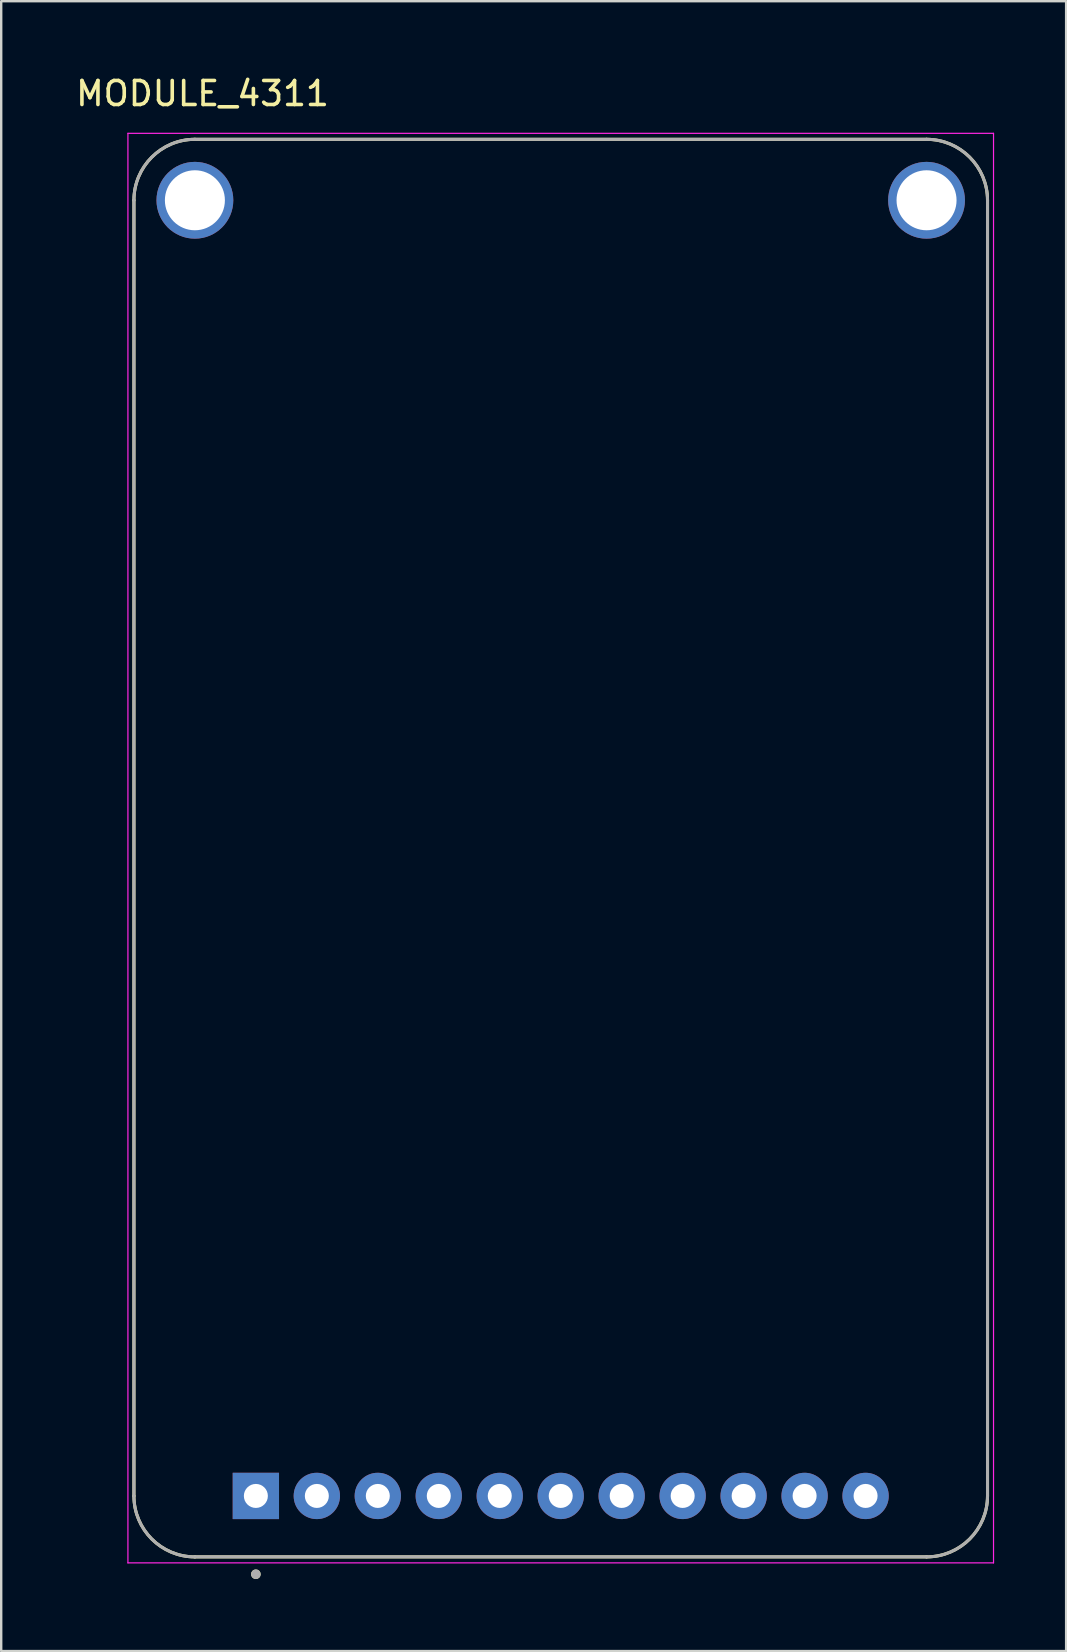
<source format=kicad_pcb>
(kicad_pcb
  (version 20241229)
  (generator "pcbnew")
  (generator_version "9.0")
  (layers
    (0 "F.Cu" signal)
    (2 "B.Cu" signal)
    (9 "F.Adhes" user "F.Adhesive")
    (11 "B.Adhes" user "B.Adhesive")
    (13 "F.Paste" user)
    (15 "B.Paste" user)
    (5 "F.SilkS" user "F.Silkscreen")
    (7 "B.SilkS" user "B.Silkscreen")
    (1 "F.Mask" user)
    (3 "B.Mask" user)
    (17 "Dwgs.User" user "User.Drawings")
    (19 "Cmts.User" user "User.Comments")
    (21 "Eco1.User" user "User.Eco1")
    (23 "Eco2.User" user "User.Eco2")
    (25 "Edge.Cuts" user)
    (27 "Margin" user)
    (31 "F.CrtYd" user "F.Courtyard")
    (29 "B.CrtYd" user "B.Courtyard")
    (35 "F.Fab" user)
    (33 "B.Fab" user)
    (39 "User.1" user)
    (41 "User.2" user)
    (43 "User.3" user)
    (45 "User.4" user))
  (footprint "MODULE_4311"
    (layer "F.Cu")
    (at 20.309 32.281)
    (property "Reference" "MODULE_4311" (at -14.922 -31.433 0) (layer "F.SilkS") (effects (font (size 1 1) (thickness 0.15))))
    (attr through_hole)
    (fp_line (start -17.78 -26.988) (end -17.78 26.988) (stroke (width 0.127) (type solid)) (layer "F.SilkS"))
    (fp_line (start -15.24 29.527) (end 15.24 29.527) (stroke (width 0.127) (type solid)) (layer "F.SilkS"))
    (fp_line (start 15.24 -29.527) (end -15.24 -29.527) (stroke (width 0.127) (type solid)) (layer "F.SilkS"))
    (fp_line (start 17.78 26.988) (end 17.78 -26.988) (stroke (width 0.127) (type solid)) (layer "F.SilkS"))
    (fp_arc (start -17.78 -26.9875) (mid -17.036051 -28.783551) (end -15.24 -29.5275) (stroke (width 0.127) (type solid)) (layer "F.SilkS"))
    (fp_arc (start -15.24 29.5275) (mid -17.036051 28.783551) (end -17.78 26.9875) (stroke (width 0.127) (type solid)) (layer "F.SilkS"))
    (fp_arc (start 15.24 -29.5275) (mid 17.036051 -28.783551) (end 17.78 -26.9875) (stroke (width 0.127) (type solid)) (layer "F.SilkS"))
    (fp_arc (start 17.78 26.9875) (mid 17.036051 28.783551) (end 15.24 29.5275) (stroke (width 0.127) (type solid)) (layer "F.SilkS"))
    (fp_circle (center -12.7 30.25) (end -12.6 30.25) (stroke (width 0.2) (type solid)) (fill no) (layer "F.SilkS"))
    (fp_line (start -18.03 -29.777) (end -18.03 29.777) (stroke (width 0.05) (type solid)) (layer "F.CrtYd"))
    (fp_line (start -18.03 29.777) (end 18.03 29.777) (stroke (width 0.05) (type solid)) (layer "F.CrtYd"))
    (fp_line (start 18.03 -29.777) (end -18.03 -29.777) (stroke (width 0.05) (type solid)) (layer "F.CrtYd"))
    (fp_line (start 18.03 29.777) (end 18.03 -29.777) (stroke (width 0.05) (type solid)) (layer "F.CrtYd"))
    (fp_line (start -17.78 -26.988) (end -17.78 26.988) (stroke (width 0.127) (type solid)) (layer "F.Fab"))
    (fp_line (start -15.24 29.527) (end 15.24 29.527) (stroke (width 0.127) (type solid)) (layer "F.Fab"))
    (fp_line (start 15.24 -29.527) (end -15.24 -29.527) (stroke (width 0.127) (type solid)) (layer "F.Fab"))
    (fp_line (start 17.78 26.988) (end 17.78 -26.988) (stroke (width 0.127) (type solid)) (layer "F.Fab"))
    (fp_arc (start -17.78 -26.9875) (mid -17.036051 -28.783551) (end -15.24 -29.5275) (stroke (width 0.127) (type solid)) (layer "F.Fab"))
    (fp_arc (start -15.24 29.5275) (mid -17.036051 28.783551) (end -17.78 26.9875) (stroke (width 0.127) (type solid)) (layer "F.Fab"))
    (fp_arc (start 15.24 -29.5275) (mid 17.036051 -28.783551) (end 17.78 -26.9875) (stroke (width 0.127) (type solid)) (layer "F.Fab"))
    (fp_arc (start 17.78 26.9875) (mid 17.036051 28.783551) (end 15.24 29.5275) (stroke (width 0.127) (type solid)) (layer "F.Fab"))
    (fp_circle (center -12.7 30.25) (end -12.6 30.25) (stroke (width 0.2) (type solid)) (fill no) (layer "F.Fab"))
    (pad "1" thru_hole rect (at -12.7 26.988) (size 1.93 1.93) (drill 1) (layers "*.Cu" "*.Mask"))
    (pad "2" thru_hole circle (at -10.16 26.988) (size 1.93 1.93) (drill 1) (layers "*.Cu" "*.Mask"))
    (pad "3" thru_hole circle (at -7.62 26.988) (size 1.93 1.93) (drill 1) (layers "*.Cu" "*.Mask"))
    (pad "4" thru_hole circle (at -5.08 26.988) (size 1.93 1.93) (drill 1) (layers "*.Cu" "*.Mask"))
    (pad "5" thru_hole circle (at -2.54 26.988) (size 1.93 1.93) (drill 1) (layers "*.Cu" "*.Mask"))
    (pad "6" thru_hole circle (at 0 26.988) (size 1.93 1.93) (drill 1) (layers "*.Cu" "*.Mask"))
    (pad "7" thru_hole circle (at 2.54 26.988) (size 1.93 1.93) (drill 1) (layers "*.Cu" "*.Mask"))
    (pad "8" thru_hole circle (at 5.08 26.988) (size 1.93 1.93) (drill 1) (layers "*.Cu" "*.Mask"))
    (pad "9" thru_hole circle (at 7.62 26.988) (size 1.93 1.93) (drill 1) (layers "*.Cu" "*.Mask"))
    (pad "10" thru_hole circle (at 10.16 26.988) (size 1.93 1.93) (drill 1) (layers "*.Cu" "*.Mask"))
    (pad "11" thru_hole circle (at 12.7 26.988) (size 1.93 1.93) (drill 1) (layers "*.Cu" "*.Mask"))
    (pad "SH1" thru_hole circle (at -15.24 -26.988) (size 3.2 3.2) (drill 2.5) (layers "*.Cu" "*.Mask"))
    (pad "SH2" thru_hole circle (at 15.24 -26.988) (size 3.2 3.2) (drill 2.5) (layers "*.Cu" "*.Mask"))
    (zone (net_name "") (layer "F.Cu") (hatch full 0.508) (connect_pads) (min_thickness 2) (filled_areas_thickness no) (keepout (tracks not_allowed) (vias not_allowed) (pads not_allowed) (copperpour not_allowed) (footprints allowed)) (placement (enabled no)) (fill) (polygon (pts (xy 7.069 5.293) (xy 7.06 5.489) (xy 7.031 5.683) (xy 6.983 5.874) (xy 6.917 6.059) (xy 6.833 6.236) (xy 6.732 6.404) (xy 6.615 6.562) (xy 6.484 6.707) (xy 6.338 6.839) (xy 6.181 6.956) (xy 6.012 7.057) (xy 5.835 7.141) (xy 5.65 7.207) (xy 5.46 7.255) (xy 5.265 7.284) (xy 5.069 7.293) (xy 4.873 7.284) (xy 4.679 7.255) (xy 4.489 7.207) (xy 4.304 7.141) (xy 4.127 7.057) (xy 3.958 6.956) (xy 3.801 6.839) (xy 3.655 6.707) (xy 3.523 6.562) (xy 3.406 6.404) (xy 3.306 6.236) (xy 3.222 6.059) (xy 3.156 5.874) (xy 3.108 5.683) (xy 3.079 5.489) (xy 3.069 5.293) (xy 3.079 5.097) (xy 3.108 4.903) (xy 3.156 4.713) (xy 3.222 4.528) (xy 3.306 4.35) (xy 3.406 4.182) (xy 3.523 4.024) (xy 3.655 3.879) (xy 3.801 3.747) (xy 3.958 3.63) (xy 4.127 3.529) (xy 4.304 3.445) (xy 4.489 3.379) (xy 4.679 3.332) (xy 4.873 3.303) (xy 5.069 3.293) (xy 5.265 3.303) (xy 5.46 3.332) (xy 5.65 3.379) (xy 5.835 3.445) (xy 6.012 3.529) (xy 6.181 3.63) (xy 6.338 3.747) (xy 6.484 3.879) (xy 6.615 4.024) (xy 6.732 4.182) (xy 6.833 4.35) (xy 6.917 4.528) (xy 6.983 4.713) (xy 7.031 4.903) (xy 7.06 5.097))))
    (zone (net_name "") (layer "F.Cu") (hatch full 0.508) (connect_pads) (min_thickness 2) (filled_areas_thickness no) (keepout (tracks not_allowed) (vias not_allowed) (pads not_allowed) (copperpour not_allowed) (footprints allowed)) (placement (enabled no)) (fill) (polygon (pts (xy 37.549 5.293) (xy 37.54 5.489) (xy 37.511 5.683) (xy 37.463 5.874) (xy 37.397 6.059) (xy 37.313 6.236) (xy 37.212 6.404) (xy 37.095 6.562) (xy 36.964 6.707) (xy 36.818 6.839) (xy 36.661 6.956) (xy 36.492 7.057) (xy 36.315 7.141) (xy 36.13 7.207) (xy 35.94 7.255) (xy 35.745 7.284) (xy 35.549 7.293) (xy 35.353 7.284) (xy 35.159 7.255) (xy 34.969 7.207) (xy 34.784 7.141) (xy 34.607 7.057) (xy 34.438 6.956) (xy 34.281 6.839) (xy 34.135 6.707) (xy 34.003 6.562) (xy 33.886 6.404) (xy 33.786 6.236) (xy 33.702 6.059) (xy 33.636 5.874) (xy 33.588 5.683) (xy 33.559 5.489) (xy 33.549 5.293) (xy 33.559 5.097) (xy 33.588 4.903) (xy 33.636 4.713) (xy 33.702 4.528) (xy 33.786 4.35) (xy 33.886 4.182) (xy 34.003 4.024) (xy 34.135 3.879) (xy 34.281 3.747) (xy 34.438 3.63) (xy 34.607 3.529) (xy 34.784 3.445) (xy 34.969 3.379) (xy 35.159 3.332) (xy 35.353 3.303) (xy 35.549 3.293) (xy 35.745 3.303) (xy 35.94 3.332) (xy 36.13 3.379) (xy 36.315 3.445) (xy 36.492 3.529) (xy 36.661 3.63) (xy 36.818 3.747) (xy 36.964 3.879) (xy 37.095 4.024) (xy 37.212 4.182) (xy 37.313 4.35) (xy 37.397 4.528) (xy 37.463 4.713) (xy 37.511 4.903) (xy 37.54 5.097))))
    (zone (net_name "") (layers "F.Cu" "B.Cu") (hatch full 0.508) (connect_pads) (min_thickness 2) (filled_areas_thickness no) (keepout (tracks allowed) (vias not_allowed) (pads allowed) (copperpour allowed) (footprints allowed)) (placement (enabled no)) (fill) (polygon (pts (xy 7.069 5.293) (xy 7.06 5.489) (xy 7.031 5.683) (xy 6.983 5.874) (xy 6.917 6.059) (xy 6.833 6.236) (xy 6.732 6.404) (xy 6.615 6.562) (xy 6.484 6.707) (xy 6.338 6.839) (xy 6.181 6.956) (xy 6.012 7.057) (xy 5.835 7.141) (xy 5.65 7.207) (xy 5.46 7.255) (xy 5.265 7.284) (xy 5.069 7.293) (xy 4.873 7.284) (xy 4.679 7.255) (xy 4.489 7.207) (xy 4.304 7.141) (xy 4.127 7.057) (xy 3.958 6.956) (xy 3.801 6.839) (xy 3.655 6.707) (xy 3.523 6.562) (xy 3.406 6.404) (xy 3.306 6.236) (xy 3.222 6.059) (xy 3.156 5.874) (xy 3.108 5.683) (xy 3.079 5.489) (xy 3.069 5.293) (xy 3.079 5.097) (xy 3.108 4.903) (xy 3.156 4.713) (xy 3.222 4.528) (xy 3.306 4.35) (xy 3.406 4.182) (xy 3.523 4.024) (xy 3.655 3.879) (xy 3.801 3.747) (xy 3.958 3.63) (xy 4.127 3.529) (xy 4.304 3.445) (xy 4.489 3.379) (xy 4.679 3.332) (xy 4.873 3.303) (xy 5.069 3.293) (xy 5.265 3.303) (xy 5.46 3.332) (xy 5.65 3.379) (xy 5.835 3.445) (xy 6.012 3.529) (xy 6.181 3.63) (xy 6.338 3.747) (xy 6.484 3.879) (xy 6.615 4.024) (xy 6.732 4.182) (xy 6.833 4.35) (xy 6.917 4.528) (xy 6.983 4.713) (xy 7.031 4.903) (xy 7.06 5.097))))
    (zone (net_name "") (layers "F.Cu" "B.Cu") (hatch full 0.508) (connect_pads) (min_thickness 2) (filled_areas_thickness no) (keepout (tracks allowed) (vias not_allowed) (pads allowed) (copperpour allowed) (footprints allowed)) (placement (enabled no)) (fill) (polygon (pts (xy 37.549 5.293) (xy 37.54 5.489) (xy 37.511 5.683) (xy 37.463 5.874) (xy 37.397 6.059) (xy 37.313 6.236) (xy 37.212 6.404) (xy 37.095 6.562) (xy 36.964 6.707) (xy 36.818 6.839) (xy 36.661 6.956) (xy 36.492 7.057) (xy 36.315 7.141) (xy 36.13 7.207) (xy 35.94 7.255) (xy 35.745 7.284) (xy 35.549 7.293) (xy 35.353 7.284) (xy 35.159 7.255) (xy 34.969 7.207) (xy 34.784 7.141) (xy 34.607 7.057) (xy 34.438 6.956) (xy 34.281 6.839) (xy 34.135 6.707) (xy 34.003 6.562) (xy 33.886 6.404) (xy 33.786 6.236) (xy 33.702 6.059) (xy 33.636 5.874) (xy 33.588 5.683) (xy 33.559 5.489) (xy 33.549 5.293) (xy 33.559 5.097) (xy 33.588 4.903) (xy 33.636 4.713) (xy 33.702 4.528) (xy 33.786 4.35) (xy 33.886 4.182) (xy 34.003 4.024) (xy 34.135 3.879) (xy 34.281 3.747) (xy 34.438 3.63) (xy 34.607 3.529) (xy 34.784 3.445) (xy 34.969 3.379) (xy 35.159 3.332) (xy 35.353 3.303) (xy 35.549 3.293) (xy 35.745 3.303) (xy 35.94 3.332) (xy 36.13 3.379) (xy 36.315 3.445) (xy 36.492 3.529) (xy 36.661 3.63) (xy 36.818 3.747) (xy 36.964 3.879) (xy 37.095 4.024) (xy 37.212 4.182) (xy 37.313 4.35) (xy 37.397 4.528) (xy 37.463 4.713) (xy 37.511 4.903) (xy 37.54 5.097))))
    (zone (net_name "") (layer "B.Cu") (hatch full 0.508) (connect_pads) (min_thickness 2) (filled_areas_thickness no) (keepout (tracks not_allowed) (vias not_allowed) (pads not_allowed) (copperpour not_allowed) (footprints allowed)) (placement (enabled no)) (fill) (polygon (pts (xy 7.069 5.293) (xy 7.06 5.489) (xy 7.031 5.683) (xy 6.983 5.874) (xy 6.917 6.059) (xy 6.833 6.236) (xy 6.732 6.404) (xy 6.615 6.562) (xy 6.484 6.707) (xy 6.338 6.839) (xy 6.181 6.956) (xy 6.012 7.057) (xy 5.835 7.141) (xy 5.65 7.207) (xy 5.46 7.255) (xy 5.265 7.284) (xy 5.069 7.293) (xy 4.873 7.284) (xy 4.679 7.255) (xy 4.489 7.207) (xy 4.304 7.141) (xy 4.127 7.057) (xy 3.958 6.956) (xy 3.801 6.839) (xy 3.655 6.707) (xy 3.523 6.562) (xy 3.406 6.404) (xy 3.306 6.236) (xy 3.222 6.059) (xy 3.156 5.874) (xy 3.108 5.683) (xy 3.079 5.489) (xy 3.069 5.293) (xy 3.079 5.097) (xy 3.108 4.903) (xy 3.156 4.713) (xy 3.222 4.528) (xy 3.306 4.35) (xy 3.406 4.182) (xy 3.523 4.024) (xy 3.655 3.879) (xy 3.801 3.747) (xy 3.958 3.63) (xy 4.127 3.529) (xy 4.304 3.445) (xy 4.489 3.379) (xy 4.679 3.332) (xy 4.873 3.303) (xy 5.069 3.293) (xy 5.265 3.303) (xy 5.46 3.332) (xy 5.65 3.379) (xy 5.835 3.445) (xy 6.012 3.529) (xy 6.181 3.63) (xy 6.338 3.747) (xy 6.484 3.879) (xy 6.615 4.024) (xy 6.732 4.182) (xy 6.833 4.35) (xy 6.917 4.528) (xy 6.983 4.713) (xy 7.031 4.903) (xy 7.06 5.097))))
    (zone (net_name "") (layer "B.Cu") (hatch full 0.508) (connect_pads) (min_thickness 2) (filled_areas_thickness no) (keepout (tracks not_allowed) (vias not_allowed) (pads not_allowed) (copperpour not_allowed) (footprints allowed)) (placement (enabled no)) (fill) (polygon (pts (xy 37.549 5.293) (xy 37.54 5.489) (xy 37.511 5.683) (xy 37.463 5.874) (xy 37.397 6.059) (xy 37.313 6.236) (xy 37.212 6.404) (xy 37.095 6.562) (xy 36.964 6.707) (xy 36.818 6.839) (xy 36.661 6.956) (xy 36.492 7.057) (xy 36.315 7.141) (xy 36.13 7.207) (xy 35.94 7.255) (xy 35.745 7.284) (xy 35.549 7.293) (xy 35.353 7.284) (xy 35.159 7.255) (xy 34.969 7.207) (xy 34.784 7.141) (xy 34.607 7.057) (xy 34.438 6.956) (xy 34.281 6.839) (xy 34.135 6.707) (xy 34.003 6.562) (xy 33.886 6.404) (xy 33.786 6.236) (xy 33.702 6.059) (xy 33.636 5.874) (xy 33.588 5.683) (xy 33.559 5.489) (xy 33.549 5.293) (xy 33.559 5.097) (xy 33.588 4.903) (xy 33.636 4.713) (xy 33.702 4.528) (xy 33.786 4.35) (xy 33.886 4.182) (xy 34.003 4.024) (xy 34.135 3.879) (xy 34.281 3.747) (xy 34.438 3.63) (xy 34.607 3.529) (xy 34.784 3.445) (xy 34.969 3.379) (xy 35.159 3.332) (xy 35.353 3.303) (xy 35.549 3.293) (xy 35.745 3.303) (xy 35.94 3.332) (xy 36.13 3.379) (xy 36.315 3.445) (xy 36.492 3.529) (xy 36.661 3.63) (xy 36.818 3.747) (xy 36.964 3.879) (xy 37.095 4.024) (xy 37.212 4.182) (xy 37.313 4.35) (xy 37.397 4.528) (xy 37.463 4.713) (xy 37.511 4.903) (xy 37.54 5.097)))))
  (gr_rect
    (start -3 -3)
    (end 41.364 65.731)
    (stroke (width 0.1) (type default))
    (fill no)
    (layer "Edge.Cuts")))
</source>
